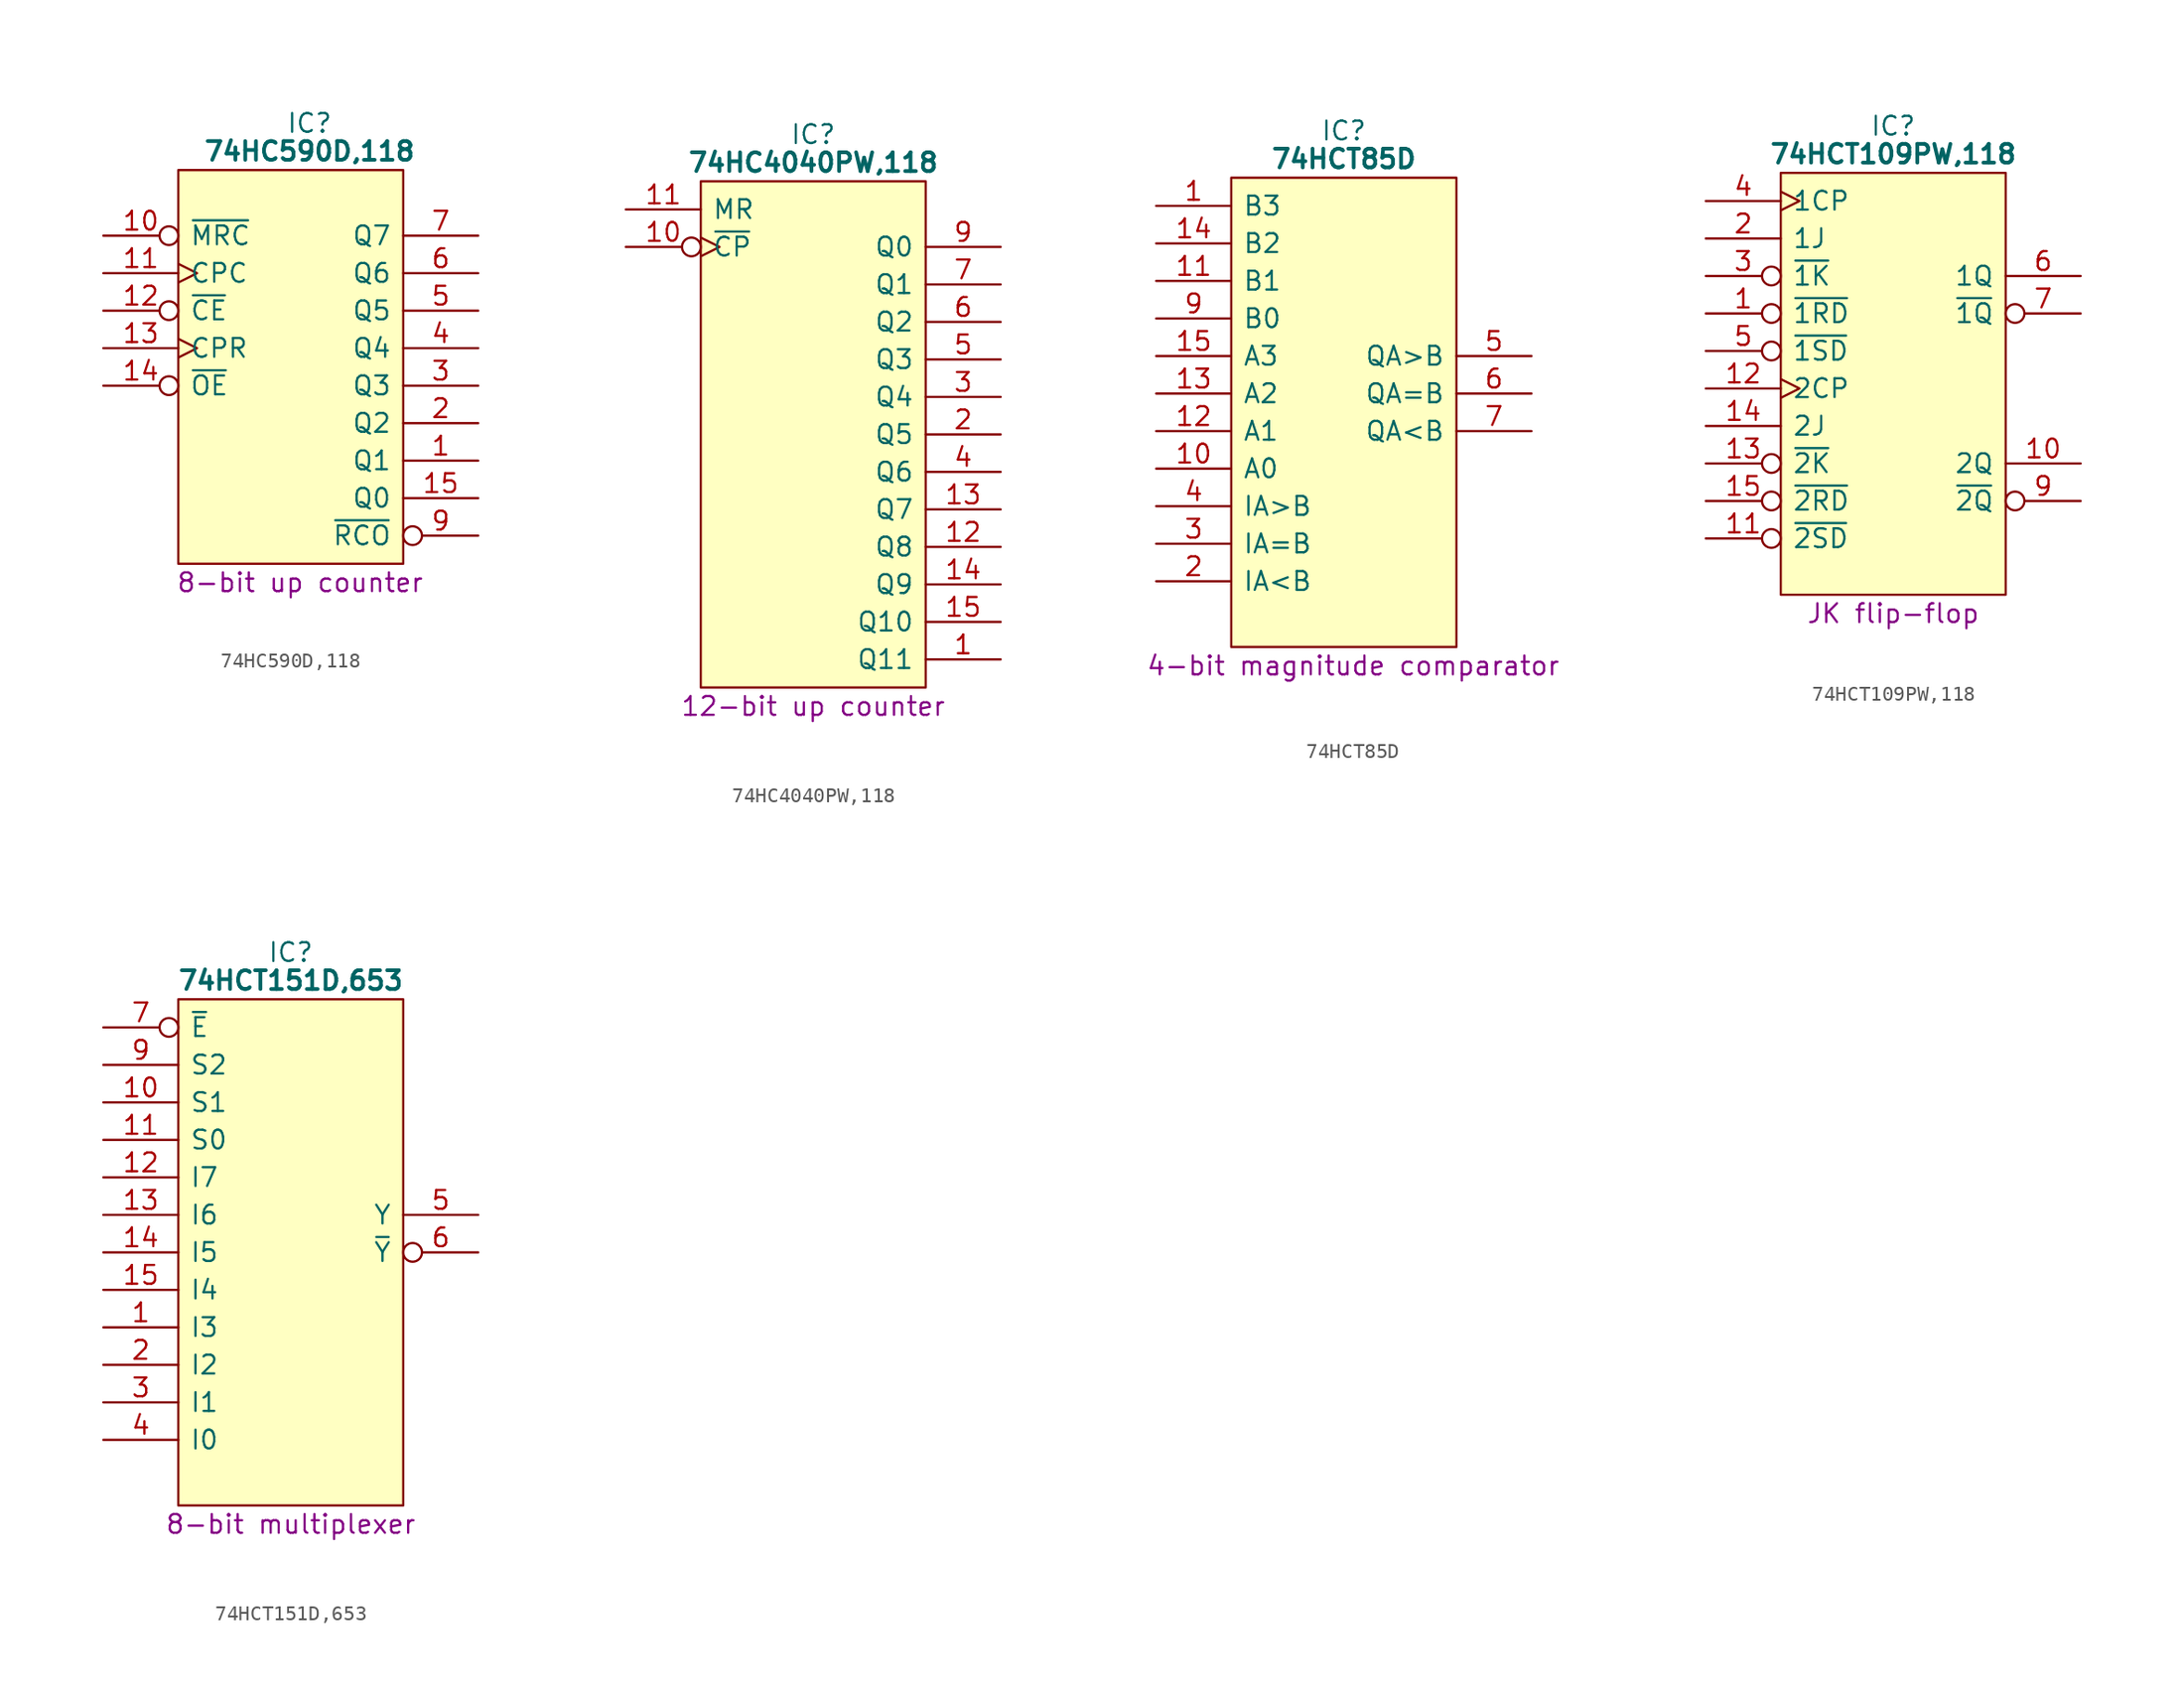
<source format=kicad_sym>
(kicad_symbol_lib
  (version 20231120)
  (generator "kicad_symbol_editor")
  (generator_version "8.0")
  (symbol "74HC590D,118"
    (pin_names
      (offset 0.762))
    (property "Reference" "IC"
      (at 13.97 7.62 0)
      (effects (font (size 1.27 1.27))))
    (property "Value" "74HC590D,118"
      (at 13.97 5.715 0)
      (effects (font (size 1.27 1.27) (bold yes))))
    (property "Description" "8-bit up counter "
      (at 13.335 -23.495 0)
      (effects (font (size 1.27 1.27))))
    (symbol "74HC590D,118_0_0"
      (pin tri_state line (at 25.4 -15.24 180) (length 5.08) (name "Q1" (effects (font (size 1.27 1.27)))) (number "1" (effects (font (size 1.27 1.27)))))
      (pin input inverted (at 0 0 0) (length 5.08) (name "~{MRC}" (effects (font (size 1.27 1.27)))) (number "10" (effects (font (size 1.27 1.27)))))
      (pin input clock (at 0 -2.54 0) (length 5.08) (name "CPC" (effects (font (size 1.27 1.27)))) (number "11" (effects (font (size 1.27 1.27)))))
      (pin input inverted (at 0 -5.08 0) (length 5.08) (name "~{CE}" (effects (font (size 1.27 1.27)))) (number "12" (effects (font (size 1.27 1.27)))))
      (pin input clock (at 0 -7.62 0) (length 5.08) (name "CPR" (effects (font (size 1.27 1.27)))) (number "13" (effects (font (size 1.27 1.27)))))
      (pin input inverted (at 0 -10.16 0) (length 5.08) (name "~{OE}" (effects (font (size 1.27 1.27)))) (number "14" (effects (font (size 1.27 1.27)))))
      (pin tri_state line (at 25.4 -17.78 180) (length 5.08) (name "Q0" (effects (font (size 1.27 1.27)))) (number "15" (effects (font (size 1.27 1.27)))))
      (pin passive line (at 25.4 2.54 180) (length 5.08) hide (name "VCC" (effects (font (size 1.27 1.27)))) (number "16" (effects (font (size 1.27 1.27)))))
      (pin tri_state line (at 25.4 -12.7 180) (length 5.08) (name "Q2" (effects (font (size 1.27 1.27)))) (number "2" (effects (font (size 1.27 1.27)))))
      (pin tri_state line (at 25.4 -10.16 180) (length 5.08) (name "Q3" (effects (font (size 1.27 1.27)))) (number "3" (effects (font (size 1.27 1.27)))))
      (pin tri_state line (at 25.4 -7.62 180) (length 5.08) (name "Q4" (effects (font (size 1.27 1.27)))) (number "4" (effects (font (size 1.27 1.27)))))
      (pin tri_state line (at 25.4 -5.08 180) (length 5.08) (name "Q5" (effects (font (size 1.27 1.27)))) (number "5" (effects (font (size 1.27 1.27)))))
      (pin tri_state line (at 25.4 -2.54 180) (length 5.08) (name "Q6" (effects (font (size 1.27 1.27)))) (number "6" (effects (font (size 1.27 1.27)))))
      (pin tri_state line (at 25.4 0 180) (length 5.08) (name "Q7" (effects (font (size 1.27 1.27)))) (number "7" (effects (font (size 1.27 1.27)))))
      (pin passive line (at 0 -20.32 0) (length 5.08) hide (name "GND" (effects (font (size 1.27 1.27)))) (number "8" (effects (font (size 1.27 1.27)))))
      (pin output inverted (at 25.4 -20.32 180) (length 5.08) (name "~{RCO}" (effects (font (size 1.27 1.27)))) (number "9" (effects (font (size 1.27 1.27))))))
    (symbol "74HC590D,118_0_1"
      (polyline (pts (xy 5.08 4.445) (xy 20.32 4.445) (xy 20.32 -22.225) (xy 5.08 -22.225) (xy 5.08 4.445)) (stroke (width 0.152) (type default)) (fill (type background)))))
  (symbol "74HC4040PW,118"
    (pin_names
      (offset 0.762))
    (property "Reference" "IC"
      (at 12.7 5.08 0)
      (effects (font (size 1.27 1.27))))
    (property "Value" "74HC4040PW,118"
      (at 12.7 3.175 0)
      (effects (font (size 1.27 1.27) (bold yes))))
    (property "Description" "12-bit up counter"
      (at 12.7 -33.655 0)
      (effects (font (size 1.27 1.27))))
    (symbol "74HC4040PW,118_0_0"
      (pin output line (at 25.4 -30.48 180) (length 5.08) (name "Q11" (effects (font (size 1.27 1.27)))) (number "1" (effects (font (size 1.27 1.27)))))
      (pin input inverted_clock (at 0 -2.54 0) (length 5.08) (name "~{CP}" (effects (font (size 1.27 1.27)))) (number "10" (effects (font (size 1.27 1.27)))))
      (pin input line (at 0 0 0) (length 5.08) (name "MR" (effects (font (size 1.27 1.27)))) (number "11" (effects (font (size 1.27 1.27)))))
      (pin output line (at 25.4 -22.86 180) (length 5.08) (name "Q8" (effects (font (size 1.27 1.27)))) (number "12" (effects (font (size 1.27 1.27)))))
      (pin output line (at 25.4 -20.32 180) (length 5.08) (name "Q7" (effects (font (size 1.27 1.27)))) (number "13" (effects (font (size 1.27 1.27)))))
      (pin output line (at 25.4 -25.4 180) (length 5.08) (name "Q9" (effects (font (size 1.27 1.27)))) (number "14" (effects (font (size 1.27 1.27)))))
      (pin output line (at 25.4 -27.94 180) (length 5.08) (name "Q10" (effects (font (size 1.27 1.27)))) (number "15" (effects (font (size 1.27 1.27)))))
      (pin passive line (at 25.4 0 180) (length 5.08) hide (name "VCC" (effects (font (size 1.27 1.27)))) (number "16" (effects (font (size 1.27 1.27)))))
      (pin output line (at 25.4 -15.24 180) (length 5.08) (name "Q5" (effects (font (size 1.27 1.27)))) (number "2" (effects (font (size 1.27 1.27)))))
      (pin output line (at 25.4 -12.7 180) (length 5.08) (name "Q4" (effects (font (size 1.27 1.27)))) (number "3" (effects (font (size 1.27 1.27)))))
      (pin output line (at 25.4 -17.78 180) (length 5.08) (name "Q6" (effects (font (size 1.27 1.27)))) (number "4" (effects (font (size 1.27 1.27)))))
      (pin output line (at 25.4 -10.16 180) (length 5.08) (name "Q3" (effects (font (size 1.27 1.27)))) (number "5" (effects (font (size 1.27 1.27)))))
      (pin output line (at 25.4 -7.62 180) (length 5.08) (name "Q2" (effects (font (size 1.27 1.27)))) (number "6" (effects (font (size 1.27 1.27)))))
      (pin output line (at 25.4 -5.08 180) (length 5.08) (name "Q1" (effects (font (size 1.27 1.27)))) (number "7" (effects (font (size 1.27 1.27)))))
      (pin passive line (at 0 -30.48 0) (length 5.08) hide (name "GND" (effects (font (size 1.27 1.27)))) (number "8" (effects (font (size 1.27 1.27)))))
      (pin output line (at 25.4 -2.54 180) (length 5.08) (name "Q0" (effects (font (size 1.27 1.27)))) (number "9" (effects (font (size 1.27 1.27))))))
    (symbol "74HC4040PW,118_0_1"
      (polyline (pts (xy 5.08 1.905) (xy 20.32 1.905) (xy 20.32 -32.385) (xy 5.08 -32.385) (xy 5.08 1.905)) (stroke (width 0.152) (type default)) (fill (type background)))))
  (symbol "74HCT85D"
    (pin_names
      (offset 0.762))
    (property "Reference" "IC"
      (at 12.7 5.08 0)
      (effects (font (size 1.27 1.27))))
    (property "Value" "74HCT85D"
      (at 12.7 3.175 0)
      (effects (font (size 1.27 1.27) (bold yes))))
    (property "Description" "4-bit magnitude comparator"
      (at 13.335 -31.115 0)
      (effects (font (size 1.27 1.27))))
    (symbol "74HCT85D_0_0"
      (pin input line (at 0 0 0) (length 5.08) (name "B3" (effects (font (size 1.27 1.27)))) (number "1" (effects (font (size 1.27 1.27)))))
      (pin input line (at 0 -17.78 0) (length 5.08) (name "A0" (effects (font (size 1.27 1.27)))) (number "10" (effects (font (size 1.27 1.27)))))
      (pin input line (at 0 -5.08 0) (length 5.08) (name "B1" (effects (font (size 1.27 1.27)))) (number "11" (effects (font (size 1.27 1.27)))))
      (pin input line (at 0 -15.24 0) (length 5.08) (name "A1" (effects (font (size 1.27 1.27)))) (number "12" (effects (font (size 1.27 1.27)))))
      (pin input line (at 0 -12.7 0) (length 5.08) (name "A2" (effects (font (size 1.27 1.27)))) (number "13" (effects (font (size 1.27 1.27)))))
      (pin input line (at 0 -2.54 0) (length 5.08) (name "B2" (effects (font (size 1.27 1.27)))) (number "14" (effects (font (size 1.27 1.27)))))
      (pin input line (at 0 -10.16 0) (length 5.08) (name "A3" (effects (font (size 1.27 1.27)))) (number "15" (effects (font (size 1.27 1.27)))))
      (pin passive line (at 25.4 0 180) (length 5.08) hide (name "5V" (effects (font (size 1.27 1.27)))) (number "16" (effects (font (size 1.27 1.27)))))
      (pin input line (at 0 -25.4 0) (length 5.08) (name "IA<B" (effects (font (size 1.27 1.27)))) (number "2" (effects (font (size 1.27 1.27)))))
      (pin input line (at 0 -22.86 0) (length 5.08) (name "IA=B" (effects (font (size 1.27 1.27)))) (number "3" (effects (font (size 1.27 1.27)))))
      (pin input line (at 0 -20.32 0) (length 5.08) (name "IA>B" (effects (font (size 1.27 1.27)))) (number "4" (effects (font (size 1.27 1.27)))))
      (pin output line (at 25.4 -10.16 180) (length 5.08) (name "QA>B" (effects (font (size 1.27 1.27)))) (number "5" (effects (font (size 1.27 1.27)))))
      (pin output line (at 25.4 -12.7 180) (length 5.08) (name "QA=B" (effects (font (size 1.27 1.27)))) (number "6" (effects (font (size 1.27 1.27)))))
      (pin output line (at 25.4 -15.24 180) (length 5.08) (name "QA<B" (effects (font (size 1.27 1.27)))) (number "7" (effects (font (size 1.27 1.27)))))
      (pin passive line (at 0 -27.94 0) (length 5.08) hide (name "GND" (effects (font (size 1.27 1.27)))) (number "8" (effects (font (size 1.27 1.27)))))
      (pin input line (at 0 -7.62 0) (length 5.08) (name "B0" (effects (font (size 1.27 1.27)))) (number "9" (effects (font (size 1.27 1.27))))))
    (symbol "74HCT85D_0_1"
      (polyline (pts (xy 5.08 1.905) (xy 20.32 1.905) (xy 20.32 -29.845) (xy 5.08 -29.845) (xy 5.08 1.905)) (stroke (width 0.152) (type default)) (fill (type background)))))
  (symbol "74HCT109PW,118"
    (pin_names
      (offset 0.762))
    (property "Reference" "IC"
      (at 12.7 5.08 0)
      (effects (font (size 1.27 1.27))))
    (property "Value" "74HCT109PW,118"
      (at 12.7 3.175 0)
      (effects (font (size 1.27 1.27) (bold yes))))
    (property "Description" "JK flip-flop"
      (at 12.7 -27.94 0)
      (effects (font (size 1.27 1.27))))
    (symbol "74HCT109PW,118_0_0"
      (pin input inverted (at 0 -7.62 0) (length 5.08) (name "~{1RD}" (effects (font (size 1.27 1.27)))) (number "1" (effects (font (size 1.27 1.27)))))
      (pin output line (at 25.4 -17.78 180) (length 5.08) (name "2Q" (effects (font (size 1.27 1.27)))) (number "10" (effects (font (size 1.27 1.27)))))
      (pin input inverted (at 0 -22.86 0) (length 5.08) (name "~{2SD}" (effects (font (size 1.27 1.27)))) (number "11" (effects (font (size 1.27 1.27)))))
      (pin input clock (at 0 -12.7 0) (length 5.08) (name "2CP" (effects (font (size 1.27 1.27)))) (number "12" (effects (font (size 1.27 1.27)))))
      (pin input inverted (at 0 -17.78 0) (length 5.08) (name "~{2K}" (effects (font (size 1.27 1.27)))) (number "13" (effects (font (size 1.27 1.27)))))
      (pin input line (at 0 -15.24 0) (length 5.08) (name "2J" (effects (font (size 1.27 1.27)))) (number "14" (effects (font (size 1.27 1.27)))))
      (pin input inverted (at 0 -20.32 0) (length 5.08) (name "~{2RD}" (effects (font (size 1.27 1.27)))) (number "15" (effects (font (size 1.27 1.27)))))
      (pin passive line (at 25.4 0 180) (length 5.08) hide (name "5V" (effects (font (size 1.27 1.27)))) (number "16" (effects (font (size 1.27 1.27)))))
      (pin input line (at 0 -2.54 0) (length 5.08) (name "1J" (effects (font (size 1.27 1.27)))) (number "2" (effects (font (size 1.27 1.27)))))
      (pin input inverted (at 0 -5.08 0) (length 5.08) (name "~{1K}" (effects (font (size 1.27 1.27)))) (number "3" (effects (font (size 1.27 1.27)))))
      (pin input clock (at 0 0 0) (length 5.08) (name "1CP" (effects (font (size 1.27 1.27)))) (number "4" (effects (font (size 1.27 1.27)))))
      (pin input inverted (at 0 -10.16 0) (length 5.08) (name "~{1SD}" (effects (font (size 1.27 1.27)))) (number "5" (effects (font (size 1.27 1.27)))))
      (pin output line (at 25.4 -5.08 180) (length 5.08) (name "1Q" (effects (font (size 1.27 1.27)))) (number "6" (effects (font (size 1.27 1.27)))))
      (pin output inverted (at 25.4 -7.62 180) (length 5.08) (name "~{1Q}" (effects (font (size 1.27 1.27)))) (number "7" (effects (font (size 1.27 1.27)))))
      (pin passive line (at 0 -25.4 0) (length 5.08) hide (name "GND" (effects (font (size 1.27 1.27)))) (number "8" (effects (font (size 1.27 1.27)))))
      (pin output inverted (at 25.4 -20.32 180) (length 5.08) (name "~{2Q}" (effects (font (size 1.27 1.27)))) (number "9" (effects (font (size 1.27 1.27))))))
    (symbol "74HCT109PW,118_0_1"
      (polyline (pts (xy 5.08 1.905) (xy 20.32 1.905) (xy 20.32 -26.67) (xy 5.08 -26.67) (xy 5.08 1.905)) (stroke (width 0.152) (type default)) (fill (type background)))))
  (symbol "74HCT151D,653"
    (pin_names
      (offset 0.762))
    (property "Reference" "IC"
      (at 12.7 5.08 0)
      (effects (font (size 1.27 1.27))))
    (property "Value" "74HCT151D,653"
      (at 12.7 3.175 0)
      (effects (font (size 1.27 1.27) (bold yes))))
    (property "Description" "8-bit multiplexer"
      (at 12.7 -33.655 0)
      (effects (font (size 1.27 1.27))))
    (symbol "74HCT151D,653_0_0"
      (pin input line (at 0 -20.32 0) (length 5.08) (name "I3" (effects (font (size 1.27 1.27)))) (number "1" (effects (font (size 1.27 1.27)))))
      (pin input line (at 0 -5.08 0) (length 5.08) (name "S1" (effects (font (size 1.27 1.27)))) (number "10" (effects (font (size 1.27 1.27)))))
      (pin input line (at 0 -7.62 0) (length 5.08) (name "S0" (effects (font (size 1.27 1.27)))) (number "11" (effects (font (size 1.27 1.27)))))
      (pin input line (at 0 -10.16 0) (length 5.08) (name "I7" (effects (font (size 1.27 1.27)))) (number "12" (effects (font (size 1.27 1.27)))))
      (pin input line (at 0 -12.7 0) (length 5.08) (name "I6" (effects (font (size 1.27 1.27)))) (number "13" (effects (font (size 1.27 1.27)))))
      (pin input line (at 0 -15.24 0) (length 5.08) (name "I5" (effects (font (size 1.27 1.27)))) (number "14" (effects (font (size 1.27 1.27)))))
      (pin input line (at 0 -17.78 0) (length 5.08) (name "I4" (effects (font (size 1.27 1.27)))) (number "15" (effects (font (size 1.27 1.27)))))
      (pin passive line (at 25.4 0 180) (length 5.08) hide (name "5V" (effects (font (size 1.27 1.27)))) (number "16" (effects (font (size 1.27 1.27)))))
      (pin input line (at 0 -22.86 0) (length 5.08) (name "I2" (effects (font (size 1.27 1.27)))) (number "2" (effects (font (size 1.27 1.27)))))
      (pin input line (at 0 -25.4 0) (length 5.08) (name "I1" (effects (font (size 1.27 1.27)))) (number "3" (effects (font (size 1.27 1.27)))))
      (pin input line (at 0 -27.94 0) (length 5.08) (name "I0" (effects (font (size 1.27 1.27)))) (number "4" (effects (font (size 1.27 1.27)))))
      (pin output line (at 25.4 -12.7 180) (length 5.08) (name "Y" (effects (font (size 1.27 1.27)))) (number "5" (effects (font (size 1.27 1.27)))))
      (pin output inverted (at 25.4 -15.24 180) (length 5.08) (name "~{Y}" (effects (font (size 1.27 1.27)))) (number "6" (effects (font (size 1.27 1.27)))))
      (pin input inverted (at 0 0 0) (length 5.08) (name "~{E}" (effects (font (size 1.27 1.27)))) (number "7" (effects (font (size 1.27 1.27)))))
      (pin passive line (at 0 -30.48 0) (length 5.08) hide (name "GND" (effects (font (size 1.27 1.27)))) (number "8" (effects (font (size 1.27 1.27)))))
      (pin input line (at 0 -2.54 0) (length 5.08) (name "S2" (effects (font (size 1.27 1.27)))) (number "9" (effects (font (size 1.27 1.27))))))
    (symbol "74HCT151D,653_0_1"
      (polyline (pts (xy 5.08 1.905) (xy 20.32 1.905) (xy 20.32 -32.385) (xy 5.08 -32.385) (xy 5.08 1.905)) (stroke (width 0.152) (type default)) (fill (type background))))))
</source>
